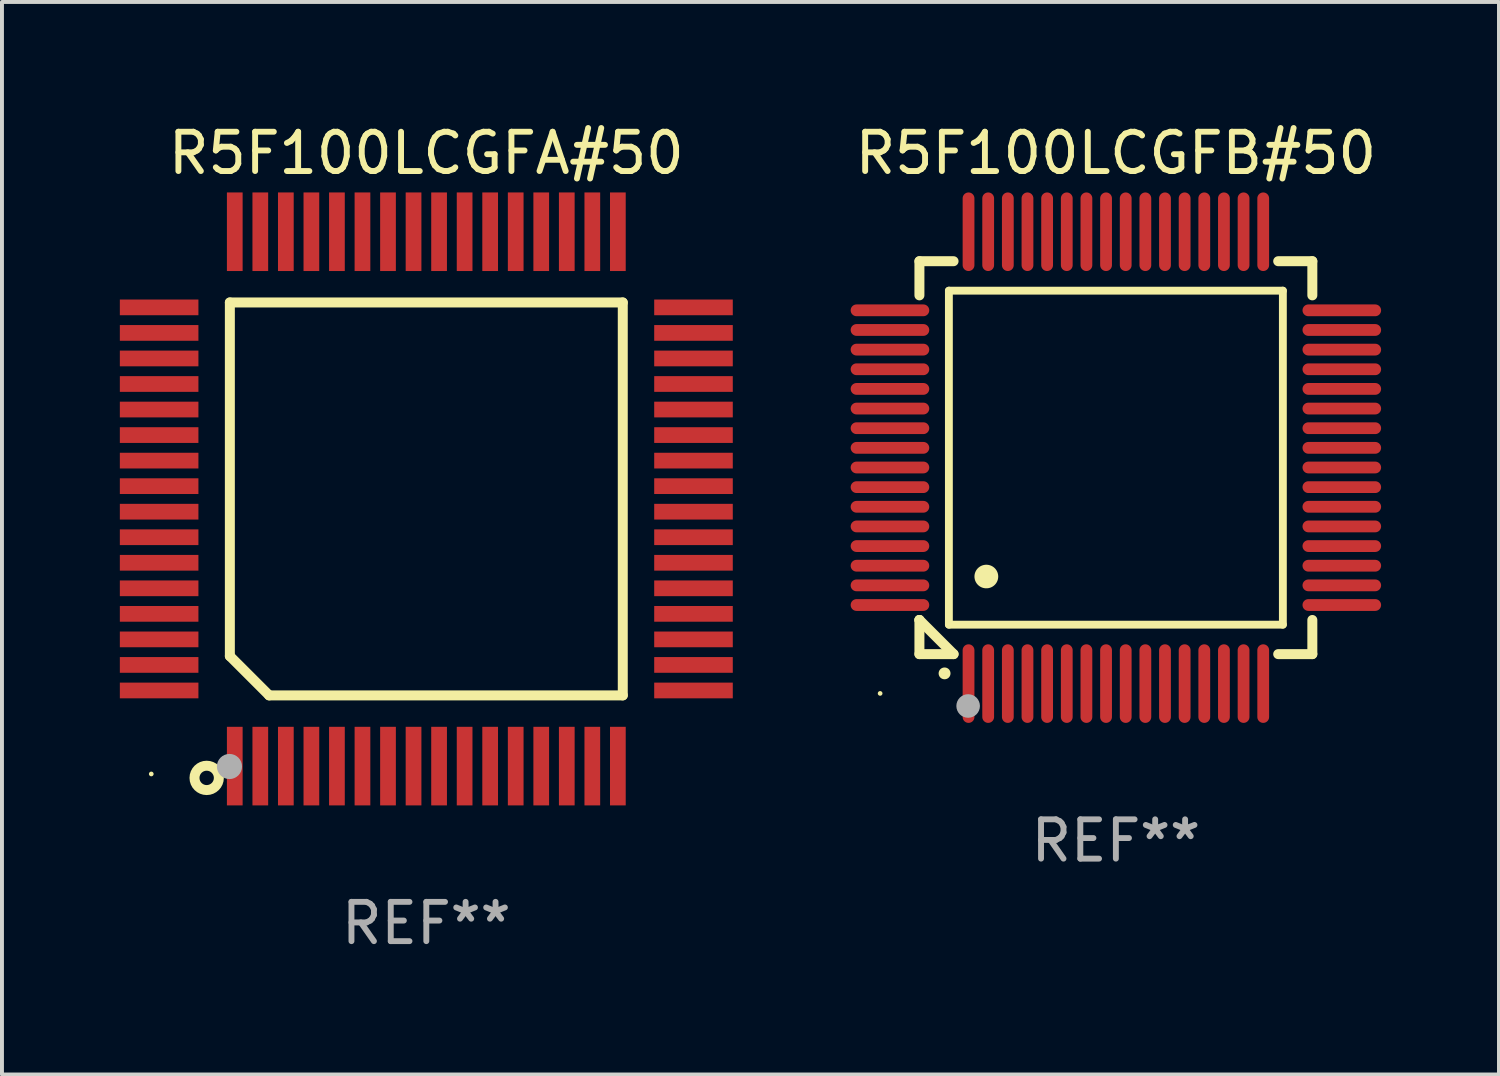
<source format=kicad_pcb>
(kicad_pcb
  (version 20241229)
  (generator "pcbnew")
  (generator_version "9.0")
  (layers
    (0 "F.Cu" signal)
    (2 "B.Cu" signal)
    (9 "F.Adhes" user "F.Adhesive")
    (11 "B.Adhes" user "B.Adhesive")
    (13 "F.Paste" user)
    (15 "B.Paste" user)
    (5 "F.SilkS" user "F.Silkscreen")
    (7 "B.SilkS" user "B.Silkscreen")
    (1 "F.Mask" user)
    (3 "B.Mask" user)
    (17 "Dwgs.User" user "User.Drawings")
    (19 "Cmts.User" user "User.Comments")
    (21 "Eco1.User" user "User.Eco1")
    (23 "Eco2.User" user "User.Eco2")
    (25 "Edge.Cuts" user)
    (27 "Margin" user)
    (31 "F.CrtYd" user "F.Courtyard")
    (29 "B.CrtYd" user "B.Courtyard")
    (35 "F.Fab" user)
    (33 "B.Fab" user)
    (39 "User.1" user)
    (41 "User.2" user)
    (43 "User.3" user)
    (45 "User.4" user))
  (footprint "R5F100LCGFA#50"
    (layer "F.Cu")
    (at 7.8 9.648)
    (property "Reference" "R5F100LCGFA#50" (at 0 -8.8 0) (layer "F.SilkS") (effects (font (size 1 1) (thickness 0.15))))
    (attr through_hole)
    (fp_line (start -5 -5) (end 5 -5) (stroke (width 0.254) (type solid)) (layer "F.SilkS"))
    (fp_line (start -5 4) (end -5 -5) (stroke (width 0.254) (type solid)) (layer "F.SilkS"))
    (fp_line (start -4 5) (end -5 4) (stroke (width 0.254) (type solid)) (layer "F.SilkS"))
    (fp_line (start 5 -5) (end 5 5) (stroke (width 0.254) (type solid)) (layer "F.SilkS"))
    (fp_line (start 5 5) (end -4 5) (stroke (width 0.254) (type solid)) (layer "F.SilkS"))
    (fp_circle (center -7 7) (end -6.97 7) (stroke (width 0.06) (type solid)) (fill no) (layer "F.SilkS"))
    (fp_circle (center -5.59 7.1) (end -5.28 7.1) (stroke (width 0.254) (type solid)) (fill no) (layer "F.SilkS"))
    (fp_circle (center -5.01 6.81) (end -4.85 6.81) (stroke (width 0.32) (type solid)) (fill no) (layer "F.Fab"))
    (fp_text user "REF**" (at 0 10.8 0) (layer "F.Fab") (effects (font (size 1 1) (thickness 0.15))))
    (pad "1" smd rect (at -4.875 6.8) (size 0.4 2) (layers "F.Cu" "F.Mask" "F.Paste"))
    (pad "2" smd rect (at -4.225 6.8) (size 0.4 2) (layers "F.Cu" "F.Mask" "F.Paste"))
    (pad "3" smd rect (at -3.575 6.8) (size 0.4 2) (layers "F.Cu" "F.Mask" "F.Paste"))
    (pad "4" smd rect (at -2.925 6.8) (size 0.4 2) (layers "F.Cu" "F.Mask" "F.Paste"))
    (pad "5" smd rect (at -2.275 6.8) (size 0.4 2) (layers "F.Cu" "F.Mask" "F.Paste"))
    (pad "6" smd rect (at -1.625 6.8) (size 0.4 2) (layers "F.Cu" "F.Mask" "F.Paste"))
    (pad "7" smd rect (at -0.975 6.8) (size 0.4 2) (layers "F.Cu" "F.Mask" "F.Paste"))
    (pad "8" smd rect (at -0.325 6.8) (size 0.4 2) (layers "F.Cu" "F.Mask" "F.Paste"))
    (pad "9" smd rect (at 0.325 6.8) (size 0.4 2) (layers "F.Cu" "F.Mask" "F.Paste"))
    (pad "10" smd rect (at 0.975 6.8) (size 0.4 2) (layers "F.Cu" "F.Mask" "F.Paste"))
    (pad "11" smd rect (at 1.625 6.8) (size 0.4 2) (layers "F.Cu" "F.Mask" "F.Paste"))
    (pad "12" smd rect (at 2.275 6.8) (size 0.4 2) (layers "F.Cu" "F.Mask" "F.Paste"))
    (pad "13" smd rect (at 2.925 6.8) (size 0.4 2) (layers "F.Cu" "F.Mask" "F.Paste"))
    (pad "14" smd rect (at 3.575 6.8) (size 0.4 2) (layers "F.Cu" "F.Mask" "F.Paste"))
    (pad "15" smd rect (at 4.225 6.8) (size 0.4 2) (layers "F.Cu" "F.Mask" "F.Paste"))
    (pad "16" smd rect (at 4.875 6.8) (size 0.4 2) (layers "F.Cu" "F.Mask" "F.Paste"))
    (pad "17" smd rect (at 6.8 4.875) (size 2 0.4) (layers "F.Cu" "F.Mask" "F.Paste"))
    (pad "18" smd rect (at 6.8 4.225) (size 2 0.4) (layers "F.Cu" "F.Mask" "F.Paste"))
    (pad "19" smd rect (at 6.8 3.575) (size 2 0.4) (layers "F.Cu" "F.Mask" "F.Paste"))
    (pad "20" smd rect (at 6.8 2.925) (size 2 0.4) (layers "F.Cu" "F.Mask" "F.Paste"))
    (pad "21" smd rect (at 6.8 2.275) (size 2 0.4) (layers "F.Cu" "F.Mask" "F.Paste"))
    (pad "22" smd rect (at 6.8 1.625) (size 2 0.4) (layers "F.Cu" "F.Mask" "F.Paste"))
    (pad "23" smd rect (at 6.8 0.975) (size 2 0.4) (layers "F.Cu" "F.Mask" "F.Paste"))
    (pad "24" smd rect (at 6.8 0.325) (size 2 0.4) (layers "F.Cu" "F.Mask" "F.Paste"))
    (pad "25" smd rect (at 6.8 -0.325) (size 2 0.4) (layers "F.Cu" "F.Mask" "F.Paste"))
    (pad "26" smd rect (at 6.8 -0.975) (size 2 0.4) (layers "F.Cu" "F.Mask" "F.Paste"))
    (pad "27" smd rect (at 6.8 -1.625) (size 2 0.4) (layers "F.Cu" "F.Mask" "F.Paste"))
    (pad "28" smd rect (at 6.8 -2.275) (size 2 0.4) (layers "F.Cu" "F.Mask" "F.Paste"))
    (pad "29" smd rect (at 6.8 -2.925) (size 2 0.4) (layers "F.Cu" "F.Mask" "F.Paste"))
    (pad "30" smd rect (at 6.8 -3.575) (size 2 0.4) (layers "F.Cu" "F.Mask" "F.Paste"))
    (pad "31" smd rect (at 6.8 -4.225) (size 2 0.4) (layers "F.Cu" "F.Mask" "F.Paste"))
    (pad "32" smd rect (at 6.8 -4.875) (size 2 0.4) (layers "F.Cu" "F.Mask" "F.Paste"))
    (pad "33" smd rect (at 4.875 -6.8) (size 0.4 2) (layers "F.Cu" "F.Mask" "F.Paste"))
    (pad "34" smd rect (at 4.225 -6.8) (size 0.4 2) (layers "F.Cu" "F.Mask" "F.Paste"))
    (pad "35" smd rect (at 3.575 -6.8) (size 0.4 2) (layers "F.Cu" "F.Mask" "F.Paste"))
    (pad "36" smd rect (at 2.925 -6.8) (size 0.4 2) (layers "F.Cu" "F.Mask" "F.Paste"))
    (pad "37" smd rect (at 2.275 -6.8) (size 0.4 2) (layers "F.Cu" "F.Mask" "F.Paste"))
    (pad "38" smd rect (at 1.625 -6.8) (size 0.4 2) (layers "F.Cu" "F.Mask" "F.Paste"))
    (pad "39" smd rect (at 0.975 -6.8) (size 0.4 2) (layers "F.Cu" "F.Mask" "F.Paste"))
    (pad "40" smd rect (at 0.325 -6.8) (size 0.4 2) (layers "F.Cu" "F.Mask" "F.Paste"))
    (pad "41" smd rect (at -0.325 -6.8) (size 0.4 2) (layers "F.Cu" "F.Mask" "F.Paste"))
    (pad "42" smd rect (at -0.975 -6.8) (size 0.4 2) (layers "F.Cu" "F.Mask" "F.Paste"))
    (pad "43" smd rect (at -1.625 -6.8) (size 0.4 2) (layers "F.Cu" "F.Mask" "F.Paste"))
    (pad "44" smd rect (at -2.275 -6.8) (size 0.4 2) (layers "F.Cu" "F.Mask" "F.Paste"))
    (pad "45" smd rect (at -2.925 -6.8) (size 0.4 2) (layers "F.Cu" "F.Mask" "F.Paste"))
    (pad "46" smd rect (at -3.575 -6.8) (size 0.4 2) (layers "F.Cu" "F.Mask" "F.Paste"))
    (pad "47" smd rect (at -4.225 -6.8) (size 0.4 2) (layers "F.Cu" "F.Mask" "F.Paste"))
    (pad "48" smd rect (at -4.875 -6.8) (size 0.4 2) (layers "F.Cu" "F.Mask" "F.Paste"))
    (pad "49" smd rect (at -6.8 -4.875) (size 2 0.4) (layers "F.Cu" "F.Mask" "F.Paste"))
    (pad "50" smd rect (at -6.8 -4.225) (size 2 0.4) (layers "F.Cu" "F.Mask" "F.Paste"))
    (pad "51" smd rect (at -6.8 -3.575) (size 2 0.4) (layers "F.Cu" "F.Mask" "F.Paste"))
    (pad "52" smd rect (at -6.8 -2.925) (size 2 0.4) (layers "F.Cu" "F.Mask" "F.Paste"))
    (pad "53" smd rect (at -6.8 -2.275) (size 2 0.4) (layers "F.Cu" "F.Mask" "F.Paste"))
    (pad "54" smd rect (at -6.8 -1.625) (size 2 0.4) (layers "F.Cu" "F.Mask" "F.Paste"))
    (pad "55" smd rect (at -6.8 -0.975) (size 2 0.4) (layers "F.Cu" "F.Mask" "F.Paste"))
    (pad "56" smd rect (at -6.8 -0.325) (size 2 0.4) (layers "F.Cu" "F.Mask" "F.Paste"))
    (pad "57" smd rect (at -6.8 0.325) (size 2 0.4) (layers "F.Cu" "F.Mask" "F.Paste"))
    (pad "58" smd rect (at -6.8 0.975) (size 2 0.4) (layers "F.Cu" "F.Mask" "F.Paste"))
    (pad "59" smd rect (at -6.8 1.625) (size 2 0.4) (layers "F.Cu" "F.Mask" "F.Paste"))
    (pad "60" smd rect (at -6.8 2.275) (size 2 0.4) (layers "F.Cu" "F.Mask" "F.Paste"))
    (pad "61" smd rect (at -6.8 2.925) (size 2 0.4) (layers "F.Cu" "F.Mask" "F.Paste"))
    (pad "62" smd rect (at -6.8 3.575) (size 2 0.4) (layers "F.Cu" "F.Mask" "F.Paste"))
    (pad "63" smd rect (at -6.8 4.225) (size 2 0.4) (layers "F.Cu" "F.Mask" "F.Paste"))
    (pad "64" smd rect (at -6.8 4.875) (size 2 0.4) (layers "F.Cu" "F.Mask" "F.Paste")))
  (footprint "R5F100LCGFB#50"
    (layer "F.Cu")
    (at 25.35 8.598)
    (property "Reference" "R5F100LCGFB#50" (at 0 -7.75 0) (layer "F.SilkS") (effects (font (size 1 1) (thickness 0.15))))
    (attr through_hole)
    (fp_line (start -5 -5) (end -4.131 -5) (stroke (width 0.254) (type solid)) (layer "F.SilkS"))
    (fp_line (start -5 -4.131) (end -5 -5) (stroke (width 0.254) (type solid)) (layer "F.SilkS"))
    (fp_line (start -5 4.131) (end -5 4.131) (stroke (width 0.254) (type solid)) (layer "F.SilkS"))
    (fp_line (start -5 5) (end -5 4.131) (stroke (width 0.254) (type solid)) (layer "F.SilkS"))
    (fp_line (start -5 4.131) (end -4.131 5) (stroke (width 0.254) (type solid)) (layer "F.SilkS"))
    (fp_line (start -4.25 -4.25) (end -4.25 4.25) (stroke (width 0.2) (type solid)) (layer "F.SilkS"))
    (fp_line (start -4.25 4.25) (end 4.25 4.25) (stroke (width 0.2) (type solid)) (layer "F.SilkS"))
    (fp_line (start -4.131 5) (end -5 5) (stroke (width 0.254) (type solid)) (layer "F.SilkS"))
    (fp_line (start 4.25 -4.25) (end -4.25 -4.25) (stroke (width 0.2) (type solid)) (layer "F.SilkS"))
    (fp_line (start 4.25 4.25) (end 4.25 -4.25) (stroke (width 0.2) (type solid)) (layer "F.SilkS"))
    (fp_line (start 5 -5) (end 4.131 -5) (stroke (width 0.254) (type solid)) (layer "F.SilkS"))
    (fp_line (start 5 -5) (end 5 -4.131) (stroke (width 0.254) (type solid)) (layer "F.SilkS"))
    (fp_line (start 5 4.131) (end 5 5) (stroke (width 0.254) (type solid)) (layer "F.SilkS"))
    (fp_line (start 5 5) (end 4.131 5) (stroke (width 0.254) (type solid)) (layer "F.SilkS"))
    (fp_arc (start -4.361265 5.489992) (mid -4.359995 5.489987) (end -4.358725 5.489992) (stroke (width 0.3) (type solid)) (layer "F.SilkS"))
    (fp_arc (start -3.299467 3.025146) (mid -3.296927 3.025135) (end -3.294387 3.025146) (stroke (width 0.6) (type solid)) (layer "F.SilkS"))
    (fp_circle (center -6 6) (end -5.97 6) (stroke (width 0.06) (type solid)) (fill no) (layer "F.SilkS"))
    (fp_circle (center -3.76 6.32) (end -3.61 6.32) (stroke (width 0.3) (type solid)) (fill no) (layer "F.Fab"))
    (fp_text user "REF**" (at 0 9.75 0) (layer "F.Fab") (effects (font (size 1 1) (thickness 0.15))))
    (pad "1" smd oval (at -3.75 5.75) (size 0.3 2) (layers "F.Cu" "F.Mask" "F.Paste"))
    (pad "2" smd oval (at -3.25 5.75) (size 0.3 2) (layers "F.Cu" "F.Mask" "F.Paste"))
    (pad "3" smd oval (at -2.75 5.75) (size 0.3 2) (layers "F.Cu" "F.Mask" "F.Paste"))
    (pad "4" smd oval (at -2.25 5.75) (size 0.3 2) (layers "F.Cu" "F.Mask" "F.Paste"))
    (pad "5" smd oval (at -1.75 5.75) (size 0.3 2) (layers "F.Cu" "F.Mask" "F.Paste"))
    (pad "6" smd oval (at -1.25 5.75) (size 0.3 2) (layers "F.Cu" "F.Mask" "F.Paste"))
    (pad "7" smd oval (at -0.75 5.75) (size 0.3 2) (layers "F.Cu" "F.Mask" "F.Paste"))
    (pad "8" smd oval (at -0.25 5.75) (size 0.3 2) (layers "F.Cu" "F.Mask" "F.Paste"))
    (pad "9" smd oval (at 0.25 5.75) (size 0.3 2) (layers "F.Cu" "F.Mask" "F.Paste"))
    (pad "10" smd oval (at 0.75 5.75) (size 0.3 2) (layers "F.Cu" "F.Mask" "F.Paste"))
    (pad "11" smd oval (at 1.25 5.75) (size 0.3 2) (layers "F.Cu" "F.Mask" "F.Paste"))
    (pad "12" smd oval (at 1.75 5.75) (size 0.3 2) (layers "F.Cu" "F.Mask" "F.Paste"))
    (pad "13" smd oval (at 2.25 5.75) (size 0.3 2) (layers "F.Cu" "F.Mask" "F.Paste"))
    (pad "14" smd oval (at 2.75 5.75) (size 0.3 2) (layers "F.Cu" "F.Mask" "F.Paste"))
    (pad "15" smd oval (at 3.25 5.75) (size 0.3 2) (layers "F.Cu" "F.Mask" "F.Paste"))
    (pad "16" smd oval (at 3.75 5.75) (size 0.3 2) (layers "F.Cu" "F.Mask" "F.Paste"))
    (pad "17" smd oval (at 5.75 3.75) (size 2 0.3) (layers "F.Cu" "F.Mask" "F.Paste"))
    (pad "18" smd oval (at 5.75 3.25) (size 2 0.3) (layers "F.Cu" "F.Mask" "F.Paste"))
    (pad "19" smd oval (at 5.75 2.75) (size 2 0.3) (layers "F.Cu" "F.Mask" "F.Paste"))
    (pad "20" smd oval (at 5.75 2.25) (size 2 0.3) (layers "F.Cu" "F.Mask" "F.Paste"))
    (pad "21" smd oval (at 5.75 1.75) (size 2 0.3) (layers "F.Cu" "F.Mask" "F.Paste"))
    (pad "22" smd oval (at 5.75 1.25) (size 2 0.3) (layers "F.Cu" "F.Mask" "F.Paste"))
    (pad "23" smd oval (at 5.75 0.75) (size 2 0.3) (layers "F.Cu" "F.Mask" "F.Paste"))
    (pad "24" smd oval (at 5.75 0.25) (size 2 0.3) (layers "F.Cu" "F.Mask" "F.Paste"))
    (pad "25" smd oval (at 5.75 -0.25) (size 2 0.3) (layers "F.Cu" "F.Mask" "F.Paste"))
    (pad "26" smd oval (at 5.75 -0.75) (size 2 0.3) (layers "F.Cu" "F.Mask" "F.Paste"))
    (pad "27" smd oval (at 5.75 -1.25) (size 2 0.3) (layers "F.Cu" "F.Mask" "F.Paste"))
    (pad "28" smd oval (at 5.75 -1.75) (size 2 0.3) (layers "F.Cu" "F.Mask" "F.Paste"))
    (pad "29" smd oval (at 5.75 -2.25) (size 2 0.3) (layers "F.Cu" "F.Mask" "F.Paste"))
    (pad "30" smd oval (at 5.75 -2.75) (size 2 0.3) (layers "F.Cu" "F.Mask" "F.Paste"))
    (pad "31" smd oval (at 5.75 -3.25) (size 2 0.3) (layers "F.Cu" "F.Mask" "F.Paste"))
    (pad "32" smd oval (at 5.75 -3.75) (size 2 0.3) (layers "F.Cu" "F.Mask" "F.Paste"))
    (pad "33" smd oval (at 3.75 -5.75) (size 0.3 2) (layers "F.Cu" "F.Mask" "F.Paste"))
    (pad "34" smd oval (at 3.25 -5.75) (size 0.3 2) (layers "F.Cu" "F.Mask" "F.Paste"))
    (pad "35" smd oval (at 2.75 -5.75) (size 0.3 2) (layers "F.Cu" "F.Mask" "F.Paste"))
    (pad "36" smd oval (at 2.25 -5.75) (size 0.3 2) (layers "F.Cu" "F.Mask" "F.Paste"))
    (pad "37" smd oval (at 1.75 -5.75) (size 0.3 2) (layers "F.Cu" "F.Mask" "F.Paste"))
    (pad "38" smd oval (at 1.25 -5.75) (size 0.3 2) (layers "F.Cu" "F.Mask" "F.Paste"))
    (pad "39" smd oval (at 0.75 -5.75) (size 0.3 2) (layers "F.Cu" "F.Mask" "F.Paste"))
    (pad "40" smd oval (at 0.25 -5.75) (size 0.3 2) (layers "F.Cu" "F.Mask" "F.Paste"))
    (pad "41" smd oval (at -0.25 -5.75) (size 0.3 2) (layers "F.Cu" "F.Mask" "F.Paste"))
    (pad "42" smd oval (at -0.75 -5.75) (size 0.3 2) (layers "F.Cu" "F.Mask" "F.Paste"))
    (pad "43" smd oval (at -1.25 -5.75) (size 0.3 2) (layers "F.Cu" "F.Mask" "F.Paste"))
    (pad "44" smd oval (at -1.75 -5.75) (size 0.3 2) (layers "F.Cu" "F.Mask" "F.Paste"))
    (pad "45" smd oval (at -2.25 -5.75) (size 0.3 2) (layers "F.Cu" "F.Mask" "F.Paste"))
    (pad "46" smd oval (at -2.75 -5.75) (size 0.3 2) (layers "F.Cu" "F.Mask" "F.Paste"))
    (pad "47" smd oval (at -3.25 -5.75) (size 0.3 2) (layers "F.Cu" "F.Mask" "F.Paste"))
    (pad "48" smd oval (at -3.75 -5.75) (size 0.3 2) (layers "F.Cu" "F.Mask" "F.Paste"))
    (pad "49" smd oval (at -5.75 -3.75) (size 2 0.3) (layers "F.Cu" "F.Mask" "F.Paste"))
    (pad "50" smd oval (at -5.75 -3.25) (size 2 0.3) (layers "F.Cu" "F.Mask" "F.Paste"))
    (pad "51" smd oval (at -5.75 -2.75) (size 2 0.3) (layers "F.Cu" "F.Mask" "F.Paste"))
    (pad "52" smd oval (at -5.75 -2.25) (size 2 0.3) (layers "F.Cu" "F.Mask" "F.Paste"))
    (pad "53" smd oval (at -5.75 -1.75) (size 2 0.3) (layers "F.Cu" "F.Mask" "F.Paste"))
    (pad "54" smd oval (at -5.75 -1.25) (size 2 0.3) (layers "F.Cu" "F.Mask" "F.Paste"))
    (pad "55" smd oval (at -5.75 -0.75) (size 2 0.3) (layers "F.Cu" "F.Mask" "F.Paste"))
    (pad "56" smd oval (at -5.75 -0.25) (size 2 0.3) (layers "F.Cu" "F.Mask" "F.Paste"))
    (pad "57" smd oval (at -5.75 0.25) (size 2 0.3) (layers "F.Cu" "F.Mask" "F.Paste"))
    (pad "58" smd oval (at -5.75 0.75) (size 2 0.3) (layers "F.Cu" "F.Mask" "F.Paste"))
    (pad "59" smd oval (at -5.75 1.25) (size 2 0.3) (layers "F.Cu" "F.Mask" "F.Paste"))
    (pad "60" smd oval (at -5.75 1.75) (size 2 0.3) (layers "F.Cu" "F.Mask" "F.Paste"))
    (pad "61" smd oval (at -5.75 2.25) (size 2 0.3) (layers "F.Cu" "F.Mask" "F.Paste"))
    (pad "62" smd oval (at -5.75 2.75) (size 2 0.3) (layers "F.Cu" "F.Mask" "F.Paste"))
    (pad "63" smd oval (at -5.75 3.25) (size 2 0.3) (layers "F.Cu" "F.Mask" "F.Paste"))
    (pad "64" smd oval (at -5.75 3.75) (size 2 0.3) (layers "F.Cu" "F.Mask" "F.Paste")))
  (gr_rect
    (start -3 -3)
    (end 35.1 24.297)
    (stroke (width 0.1) (type default))
    (fill no)
    (layer "Edge.Cuts")))
</source>
